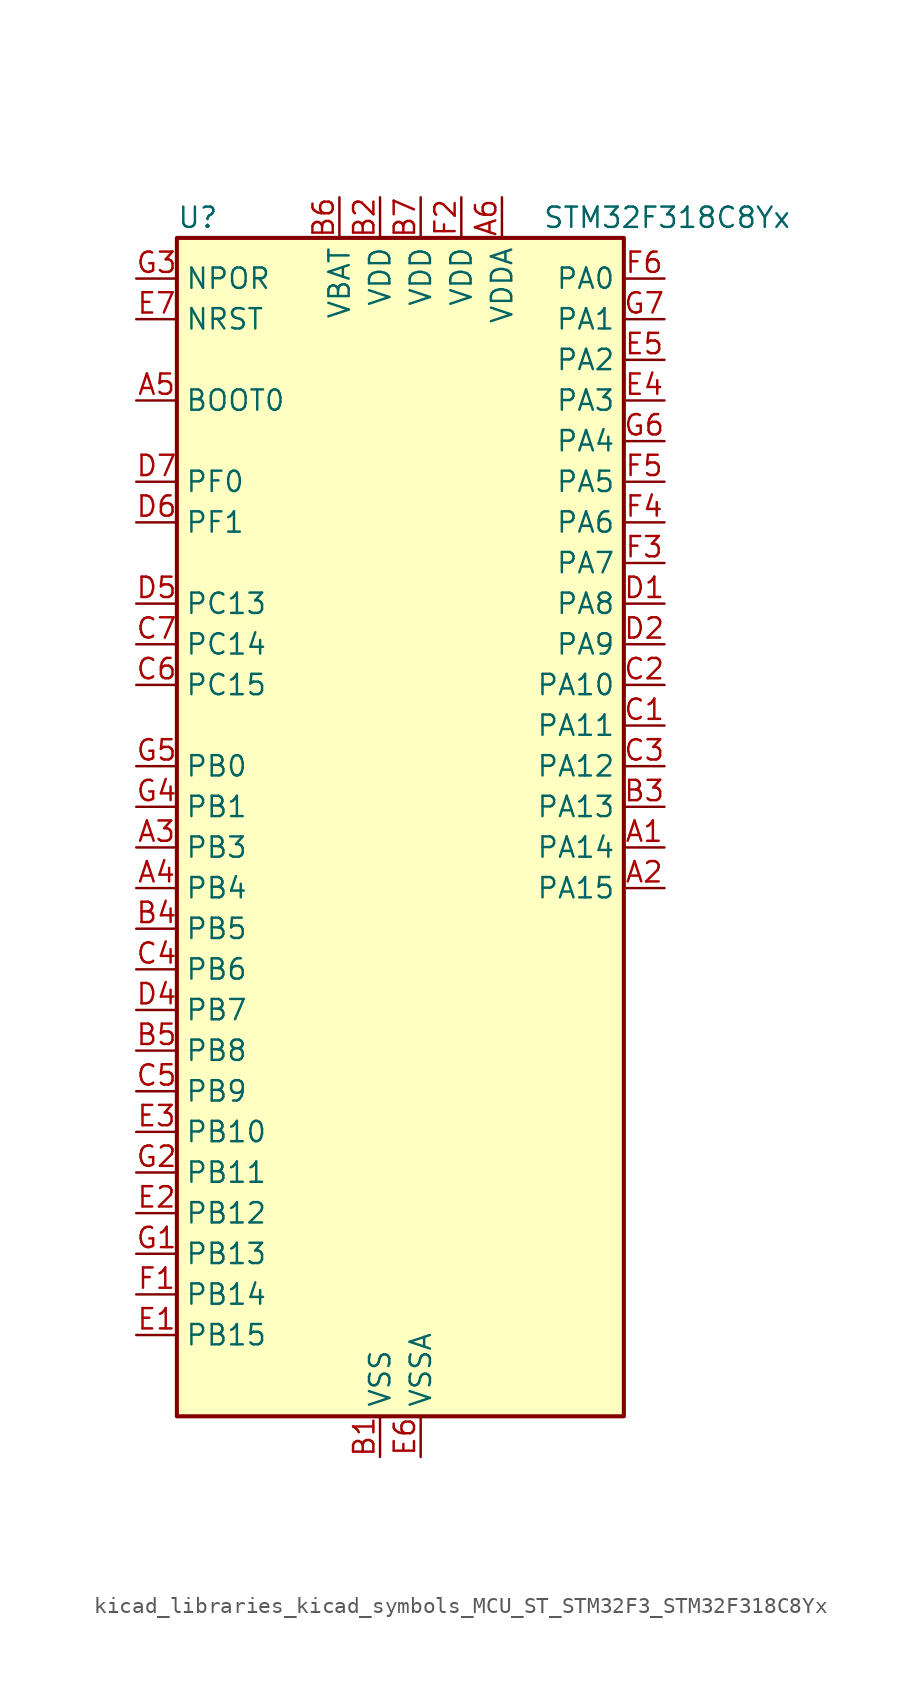
<source format=kicad_sym>
(kicad_symbol_lib
  (version 20220914)
  (generator kicad_symbol_editor)
  (symbol "kicad_libraries_kicad_symbols_MCU_ST_STM32F3_STM32F318C8Yx"
    (property "Reference" "U"
      (at -12.7 39.37 0)
      (effects (font (size 1.27 1.27)) (justify left)))
    (property "Value" "STM32F318C8Yx"
      (at 10.16 39.37 0)
      (effects (font (size 1.27 1.27)) (justify left)))
    (property "ki_locked" ""
      (at 0 0 0)
      (effects (font (size 1.27 1.27))))
    (symbol "kicad_libraries_kicad_symbols_MCU_ST_STM32F3_STM32F318C8Yx_0_1"
      (rectangle (start -12.7 -35.56) (end 15.24 38.1) (stroke (width 0.254) (type default)) (fill (type background))))
    (symbol "kicad_libraries_kicad_symbols_MCU_ST_STM32F3_STM32F318C8Yx_1_1"
      (pin bidirectional line (at 17.78 0 180) (length 2.54) (name "PA14" (effects (font (size 1.27 1.27)))) (number "A1" (effects (font (size 1.27 1.27)))) (alternate "I2C1_SDA" bidirectional line) (alternate "SYS_JTCK-SWCLK" bidirectional line) (alternate "TIM1_BKIN" bidirectional line) (alternate "TSC_G4_IO4" bidirectional line) (alternate "USART2_TX" bidirectional line))
      (pin bidirectional line (at 17.78 -2.54 180) (length 2.54) (name "PA15" (effects (font (size 1.27 1.27)))) (number "A2" (effects (font (size 1.27 1.27)))) (alternate "ADC1_EXTI15" bidirectional line) (alternate "I2C1_SCL" bidirectional line) (alternate "I2S3_WS" bidirectional line) (alternate "SPI3_NSS" bidirectional line) (alternate "SYS_JTDI" bidirectional line) (alternate "TIM1_BKIN" bidirectional line) (alternate "TIM2_CH1" bidirectional line) (alternate "TIM2_ETR" bidirectional line) (alternate "TSC_SYNC" bidirectional line) (alternate "USART2_RX" bidirectional line))
      (pin bidirectional line (at -15.24 0 0) (length 2.54) (name "PB3" (effects (font (size 1.27 1.27)))) (number "A3" (effects (font (size 1.27 1.27)))) (alternate "I2S3_CK" bidirectional line) (alternate "SPI3_SCK" bidirectional line) (alternate "SYS_JTDO-TRACESWO" bidirectional line) (alternate "TIM2_CH2" bidirectional line) (alternate "TSC_G5_IO1" bidirectional line) (alternate "USART2_TX" bidirectional line))
      (pin bidirectional line (at -15.24 -2.54 0) (length 2.54) (name "PB4" (effects (font (size 1.27 1.27)))) (number "A4" (effects (font (size 1.27 1.27)))) (alternate "I2S3_ext_SD" bidirectional line) (alternate "SPI3_MISO" bidirectional line) (alternate "SYS_NJTRST" bidirectional line) (alternate "TIM16_CH1" bidirectional line) (alternate "TIM17_BKIN" bidirectional line) (alternate "TSC_G5_IO2" bidirectional line) (alternate "USART2_RX" bidirectional line))
      (pin input line (at -15.24 27.94 0) (length 2.54) (name "BOOT0" (effects (font (size 1.27 1.27)))) (number "A5" (effects (font (size 1.27 1.27)))))
      (pin power_in line (at 7.62 40.64 270) (length 2.54) (name "VDDA" (effects (font (size 1.27 1.27)))) (number "A6" (effects (font (size 1.27 1.27)))))
      (pin no_connect line (at -12.7 -35.56 0) (length 2.54) hide (name "NC" (effects (font (size 1.27 1.27)))) (number "A7" (effects (font (size 1.27 1.27)))))
      (pin power_in line (at 0 -38.1 90) (length 2.54) (name "VSS" (effects (font (size 1.27 1.27)))) (number "B1" (effects (font (size 1.27 1.27)))))
      (pin power_in line (at 0 40.64 270) (length 2.54) (name "VDD" (effects (font (size 1.27 1.27)))) (number "B2" (effects (font (size 1.27 1.27)))))
      (pin bidirectional line (at 17.78 2.54 180) (length 2.54) (name "PA13" (effects (font (size 1.27 1.27)))) (number "B3" (effects (font (size 1.27 1.27)))) (alternate "IR_OUT" bidirectional line) (alternate "SYS_JTMS-SWDIO" bidirectional line) (alternate "TIM16_CH1N" bidirectional line) (alternate "TSC_G4_IO3" bidirectional line) (alternate "USART3_CTS" bidirectional line))
      (pin bidirectional line (at -15.24 -5.08 0) (length 2.54) (name "PB5" (effects (font (size 1.27 1.27)))) (number "B4" (effects (font (size 1.27 1.27)))) (alternate "I2C1_SMBA" bidirectional line) (alternate "I2C3_SDA" bidirectional line) (alternate "I2S3_SD" bidirectional line) (alternate "SPI3_MOSI" bidirectional line) (alternate "TIM16_BKIN" bidirectional line) (alternate "TIM17_CH1" bidirectional line) (alternate "USART2_CK" bidirectional line))
      (pin bidirectional line (at -15.24 -12.7 0) (length 2.54) (name "PB8" (effects (font (size 1.27 1.27)))) (number "B5" (effects (font (size 1.27 1.27)))) (alternate "I2C1_SCL" bidirectional line) (alternate "TIM16_CH1" bidirectional line) (alternate "TIM1_BKIN" bidirectional line) (alternate "TSC_SYNC" bidirectional line) (alternate "USART3_RX" bidirectional line))
      (pin power_in line (at -2.54 40.64 270) (length 2.54) (name "VBAT" (effects (font (size 1.27 1.27)))) (number "B6" (effects (font (size 1.27 1.27)))))
      (pin power_in line (at 2.54 40.64 270) (length 2.54) (name "VDD" (effects (font (size 1.27 1.27)))) (number "B7" (effects (font (size 1.27 1.27)))))
      (pin bidirectional line (at 17.78 7.62 180) (length 2.54) (name "PA11" (effects (font (size 1.27 1.27)))) (number "C1" (effects (font (size 1.27 1.27)))) (alternate "ADC1_EXTI11" bidirectional line) (alternate "I2S2_SD" bidirectional line) (alternate "SPI2_MOSI" bidirectional line) (alternate "TIM1_BKIN2" bidirectional line) (alternate "TIM1_CH1N" bidirectional line) (alternate "TIM1_CH4" bidirectional line) (alternate "USART1_CTS" bidirectional line))
      (pin bidirectional line (at 17.78 10.16 180) (length 2.54) (name "PA10" (effects (font (size 1.27 1.27)))) (number "C2" (effects (font (size 1.27 1.27)))) (alternate "COMP6_OUT" bidirectional line) (alternate "I2C2_SDA" bidirectional line) (alternate "I2S2_ext_SD" bidirectional line) (alternate "SPI2_MISO" bidirectional line) (alternate "TIM17_BKIN" bidirectional line) (alternate "TIM1_CH3" bidirectional line) (alternate "TIM2_CH4" bidirectional line) (alternate "TSC_G4_IO2" bidirectional line) (alternate "USART1_RX" bidirectional line))
      (pin bidirectional line (at 17.78 5.08 180) (length 2.54) (name "PA12" (effects (font (size 1.27 1.27)))) (number "C3" (effects (font (size 1.27 1.27)))) (alternate "COMP2_OUT" bidirectional line) (alternate "I2S_CKIN" bidirectional line) (alternate "TIM16_CH1" bidirectional line) (alternate "TIM1_CH2N" bidirectional line) (alternate "TIM1_ETR" bidirectional line) (alternate "USART1_DE" bidirectional line) (alternate "USART1_RTS" bidirectional line))
      (pin bidirectional line (at -15.24 -7.62 0) (length 2.54) (name "PB6" (effects (font (size 1.27 1.27)))) (number "C4" (effects (font (size 1.27 1.27)))) (alternate "I2C1_SCL" bidirectional line) (alternate "TIM16_CH1N" bidirectional line) (alternate "TSC_G5_IO3" bidirectional line) (alternate "USART1_TX" bidirectional line))
      (pin bidirectional line (at -15.24 -15.24 0) (length 2.54) (name "PB9" (effects (font (size 1.27 1.27)))) (number "C5" (effects (font (size 1.27 1.27)))) (alternate "COMP2_OUT" bidirectional line) (alternate "DAC_EXTI9" bidirectional line) (alternate "I2C1_SDA" bidirectional line) (alternate "IR_OUT" bidirectional line) (alternate "TIM17_CH1" bidirectional line) (alternate "USART3_TX" bidirectional line))
      (pin bidirectional line (at -15.24 10.16 0) (length 2.54) (name "PC15" (effects (font (size 1.27 1.27)))) (number "C6" (effects (font (size 1.27 1.27)))) (alternate "ADC1_EXTI15" bidirectional line) (alternate "RCC_OSC32_OUT" bidirectional line))
      (pin bidirectional line (at -15.24 12.7 0) (length 2.54) (name "PC14" (effects (font (size 1.27 1.27)))) (number "C7" (effects (font (size 1.27 1.27)))) (alternate "RCC_OSC32_IN" bidirectional line))
      (pin bidirectional line (at 17.78 15.24 180) (length 2.54) (name "PA8" (effects (font (size 1.27 1.27)))) (number "D1" (effects (font (size 1.27 1.27)))) (alternate "I2C2_SMBA" bidirectional line) (alternate "I2C3_SCL" bidirectional line) (alternate "I2S2_MCK" bidirectional line) (alternate "RCC_MCO" bidirectional line) (alternate "TIM1_CH1" bidirectional line) (alternate "USART1_CK" bidirectional line))
      (pin bidirectional line (at 17.78 12.7 180) (length 2.54) (name "PA9" (effects (font (size 1.27 1.27)))) (number "D2" (effects (font (size 1.27 1.27)))) (alternate "DAC_EXTI9" bidirectional line) (alternate "I2C2_SCL" bidirectional line) (alternate "I2C3_SMBA" bidirectional line) (alternate "I2S3_MCK" bidirectional line) (alternate "TIM15_BKIN" bidirectional line) (alternate "TIM1_CH2" bidirectional line) (alternate "TIM2_CH3" bidirectional line) (alternate "TSC_G4_IO1" bidirectional line) (alternate "USART1_TX" bidirectional line))
      (pin passive line (at 0 -38.1 90) (length 2.54) hide (name "VSS" (effects (font (size 1.27 1.27)))) (number "D3" (effects (font (size 1.27 1.27)))))
      (pin bidirectional line (at -15.24 -10.16 0) (length 2.54) (name "PB7" (effects (font (size 1.27 1.27)))) (number "D4" (effects (font (size 1.27 1.27)))) (alternate "I2C1_SDA" bidirectional line) (alternate "TIM17_CH1N" bidirectional line) (alternate "TSC_G5_IO4" bidirectional line) (alternate "USART1_RX" bidirectional line))
      (pin bidirectional line (at -15.24 15.24 0) (length 2.54) (name "PC13" (effects (font (size 1.27 1.27)))) (number "D5" (effects (font (size 1.27 1.27)))) (alternate "RTC_OUT_ALARM" bidirectional line) (alternate "RTC_OUT_CALIB" bidirectional line) (alternate "RTC_TAMP1" bidirectional line) (alternate "RTC_TS" bidirectional line) (alternate "SYS_WKUP2" bidirectional line) (alternate "TIM1_CH1N" bidirectional line))
      (pin bidirectional line (at -15.24 20.32 0) (length 2.54) (name "PF1" (effects (font (size 1.27 1.27)))) (number "D6" (effects (font (size 1.27 1.27)))) (alternate "I2C2_SCL" bidirectional line) (alternate "I2S2_CK" bidirectional line) (alternate "RCC_OSC_OUT" bidirectional line) (alternate "SPI2_SCK" bidirectional line))
      (pin bidirectional line (at -15.24 22.86 0) (length 2.54) (name "PF0" (effects (font (size 1.27 1.27)))) (number "D7" (effects (font (size 1.27 1.27)))) (alternate "I2C2_SDA" bidirectional line) (alternate "I2S2_WS" bidirectional line) (alternate "RCC_OSC_IN" bidirectional line) (alternate "SPI2_NSS" bidirectional line) (alternate "TIM1_CH3N" bidirectional line))
      (pin bidirectional line (at -15.24 -30.48 0) (length 2.54) (name "PB15" (effects (font (size 1.27 1.27)))) (number "E1" (effects (font (size 1.27 1.27)))) (alternate "ADC1_EXTI15" bidirectional line) (alternate "COMP6_INM" bidirectional line) (alternate "I2S2_SD" bidirectional line) (alternate "RTC_REFIN" bidirectional line) (alternate "SPI2_MOSI" bidirectional line) (alternate "TIM15_CH1N" bidirectional line) (alternate "TIM15_CH2" bidirectional line) (alternate "TIM1_CH3N" bidirectional line))
      (pin bidirectional line (at -15.24 -22.86 0) (length 2.54) (name "PB12" (effects (font (size 1.27 1.27)))) (number "E2" (effects (font (size 1.27 1.27)))) (alternate "I2C2_SMBA" bidirectional line) (alternate "I2S2_WS" bidirectional line) (alternate "SPI2_NSS" bidirectional line) (alternate "TIM1_BKIN" bidirectional line) (alternate "TSC_G6_IO2" bidirectional line) (alternate "USART3_CK" bidirectional line))
      (pin bidirectional line (at -15.24 -17.78 0) (length 2.54) (name "PB10" (effects (font (size 1.27 1.27)))) (number "E3" (effects (font (size 1.27 1.27)))) (alternate "TIM2_CH3" bidirectional line) (alternate "TSC_SYNC" bidirectional line) (alternate "USART3_TX" bidirectional line))
      (pin bidirectional line (at 17.78 27.94 180) (length 2.54) (name "PA3" (effects (font (size 1.27 1.27)))) (number "E4" (effects (font (size 1.27 1.27)))) (alternate "ADC1_IN4" bidirectional line) (alternate "TIM15_CH2" bidirectional line) (alternate "TIM2_CH4" bidirectional line) (alternate "TSC_G1_IO4" bidirectional line) (alternate "USART2_RX" bidirectional line))
      (pin bidirectional line (at 17.78 30.48 180) (length 2.54) (name "PA2" (effects (font (size 1.27 1.27)))) (number "E5" (effects (font (size 1.27 1.27)))) (alternate "ADC1_IN3" bidirectional line) (alternate "COMP2_INM" bidirectional line) (alternate "COMP2_OUT" bidirectional line) (alternate "TIM15_CH1" bidirectional line) (alternate "TIM2_CH3" bidirectional line) (alternate "TSC_G1_IO3" bidirectional line) (alternate "USART2_TX" bidirectional line))
      (pin power_in line (at 2.54 -38.1 90) (length 2.54) (name "VSSA" (effects (font (size 1.27 1.27)))) (number "E6" (effects (font (size 1.27 1.27)))))
      (pin input line (at -15.24 33.02 0) (length 2.54) (name "NRST" (effects (font (size 1.27 1.27)))) (number "E7" (effects (font (size 1.27 1.27)))))
      (pin bidirectional line (at -15.24 -27.94 0) (length 2.54) (name "PB14" (effects (font (size 1.27 1.27)))) (number "F1" (effects (font (size 1.27 1.27)))) (alternate "I2S2_ext_SD" bidirectional line) (alternate "OPAMP2_VINP" bidirectional line) (alternate "OPAMP2_VINP_SEC" bidirectional line) (alternate "SPI2_MISO" bidirectional line) (alternate "TIM15_CH1" bidirectional line) (alternate "TIM1_CH2N" bidirectional line) (alternate "TSC_G6_IO4" bidirectional line) (alternate "USART3_DE" bidirectional line) (alternate "USART3_RTS" bidirectional line))
      (pin power_in line (at 5.08 40.64 270) (length 2.54) (name "VDD" (effects (font (size 1.27 1.27)))) (number "F2" (effects (font (size 1.27 1.27)))))
      (pin bidirectional line (at 17.78 17.78 180) (length 2.54) (name "PA7" (effects (font (size 1.27 1.27)))) (number "F3" (effects (font (size 1.27 1.27)))) (alternate "ADC1_IN15" bidirectional line) (alternate "COMP2_INP" bidirectional line) (alternate "OPAMP2_VINP" bidirectional line) (alternate "OPAMP2_VINP_SEC" bidirectional line) (alternate "TIM17_CH1" bidirectional line) (alternate "TIM1_CH1N" bidirectional line) (alternate "TSC_G2_IO4" bidirectional line))
      (pin bidirectional line (at 17.78 20.32 180) (length 2.54) (name "PA6" (effects (font (size 1.27 1.27)))) (number "F4" (effects (font (size 1.27 1.27)))) (alternate "ADC1_IN10" bidirectional line) (alternate "OPAMP2_VOUT" bidirectional line) (alternate "TIM16_CH1" bidirectional line) (alternate "TIM1_BKIN" bidirectional line) (alternate "TSC_G2_IO3" bidirectional line))
      (pin bidirectional line (at 17.78 22.86 180) (length 2.54) (name "PA5" (effects (font (size 1.27 1.27)))) (number "F5" (effects (font (size 1.27 1.27)))) (alternate "OPAMP2_VINM" bidirectional line) (alternate "OPAMP2_VINM_SEC" bidirectional line) (alternate "TIM2_CH1" bidirectional line) (alternate "TIM2_ETR" bidirectional line) (alternate "TSC_G2_IO2" bidirectional line))
      (pin bidirectional line (at 17.78 35.56 180) (length 2.54) (name "PA0" (effects (font (size 1.27 1.27)))) (number "F6" (effects (font (size 1.27 1.27)))) (alternate "ADC1_IN1" bidirectional line) (alternate "RTC_TAMP2" bidirectional line) (alternate "SYS_WKUP1" bidirectional line) (alternate "TIM2_CH1" bidirectional line) (alternate "TIM2_ETR" bidirectional line) (alternate "TSC_G1_IO1" bidirectional line) (alternate "USART2_CTS" bidirectional line))
      (pin passive line (at 0 -38.1 90) (length 2.54) hide (name "VSS" (effects (font (size 1.27 1.27)))) (number "F7" (effects (font (size 1.27 1.27)))))
      (pin bidirectional line (at -15.24 -25.4 0) (length 2.54) (name "PB13" (effects (font (size 1.27 1.27)))) (number "G1" (effects (font (size 1.27 1.27)))) (alternate "ADC1_IN13" bidirectional line) (alternate "I2S2_CK" bidirectional line) (alternate "SPI2_SCK" bidirectional line) (alternate "TIM1_CH1N" bidirectional line) (alternate "TSC_G6_IO3" bidirectional line) (alternate "USART3_CTS" bidirectional line))
      (pin bidirectional line (at -15.24 -20.32 0) (length 2.54) (name "PB11" (effects (font (size 1.27 1.27)))) (number "G2" (effects (font (size 1.27 1.27)))) (alternate "ADC1_EXTI11" bidirectional line) (alternate "ADC1_IN14" bidirectional line) (alternate "COMP6_INP" bidirectional line) (alternate "TIM2_CH4" bidirectional line) (alternate "TSC_G6_IO1" bidirectional line) (alternate "USART3_RX" bidirectional line))
      (pin input line (at -15.24 35.56 0) (length 2.54) (name "NPOR" (effects (font (size 1.27 1.27)))) (number "G3" (effects (font (size 1.27 1.27)))))
      (pin bidirectional line (at -15.24 2.54 0) (length 2.54) (name "PB1" (effects (font (size 1.27 1.27)))) (number "G4" (effects (font (size 1.27 1.27)))) (alternate "ADC1_IN12" bidirectional line) (alternate "COMP4_OUT" bidirectional line) (alternate "TIM1_CH3N" bidirectional line) (alternate "TSC_G3_IO3" bidirectional line))
      (pin bidirectional line (at -15.24 5.08 0) (length 2.54) (name "PB0" (effects (font (size 1.27 1.27)))) (number "G5" (effects (font (size 1.27 1.27)))) (alternate "ADC1_IN11" bidirectional line) (alternate "COMP4_INP" bidirectional line) (alternate "OPAMP2_VINP" bidirectional line) (alternate "OPAMP2_VINP_SEC" bidirectional line) (alternate "TIM1_CH2N" bidirectional line) (alternate "TSC_G3_IO2" bidirectional line))
      (pin bidirectional line (at 17.78 25.4 180) (length 2.54) (name "PA4" (effects (font (size 1.27 1.27)))) (number "G6" (effects (font (size 1.27 1.27)))) (alternate "ADC1_IN5" bidirectional line) (alternate "COMP2_INM" bidirectional line) (alternate "COMP4_INM" bidirectional line) (alternate "COMP6_INM" bidirectional line) (alternate "DAC_OUT1" bidirectional line) (alternate "I2S3_WS" bidirectional line) (alternate "SPI3_NSS" bidirectional line) (alternate "TSC_G2_IO1" bidirectional line) (alternate "USART2_CK" bidirectional line))
      (pin bidirectional line (at 17.78 33.02 180) (length 2.54) (name "PA1" (effects (font (size 1.27 1.27)))) (number "G7" (effects (font (size 1.27 1.27)))) (alternate "ADC1_IN2" bidirectional line) (alternate "RTC_REFIN" bidirectional line) (alternate "TIM15_CH1N" bidirectional line) (alternate "TIM2_CH2" bidirectional line) (alternate "TSC_G1_IO2" bidirectional line) (alternate "USART2_DE" bidirectional line) (alternate "USART2_RTS" bidirectional line)))))
</source>
